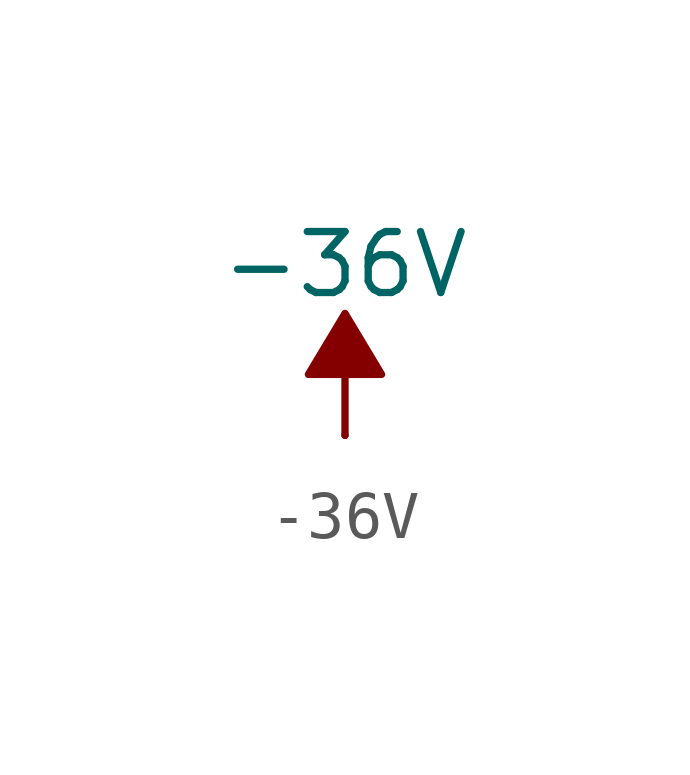
<source format=kicad_sym>
(kicad_symbol_lib
  (version 20241209)
  (generator "kicad_symbol_editor")
  (generator_version "9.0")
  (symbol "-36V"
    (power)
    (pin_numbers
      (hide yes))
    (pin_names
      (offset 0)
      (hide yes))
    (property "Reference" "#PWR"
      (at 0 -3.81 0)
      (effects (font (size 1.27 1.27)) (hide yes)))
    (property "Value" "-36V"
      (at 0 3.556 0)
      (effects (font (size 1.27 1.27))))
    (symbol "-36V_0_0"
      (pin power_in line (at 0 0 90) (length 0) (name "~" (effects (font (size 1.27 1.27)))) (number "1" (effects (font (size 1.27 1.27))))))
    (symbol "-36V_0_1"
      (polyline (pts (xy 0 0) (xy 0 1.27) (xy 0.762 1.27) (xy 0 2.54) (xy -0.762 1.27) (xy 0 1.27)) (stroke (width 0) (type default)) (fill (type outline))))))
</source>
